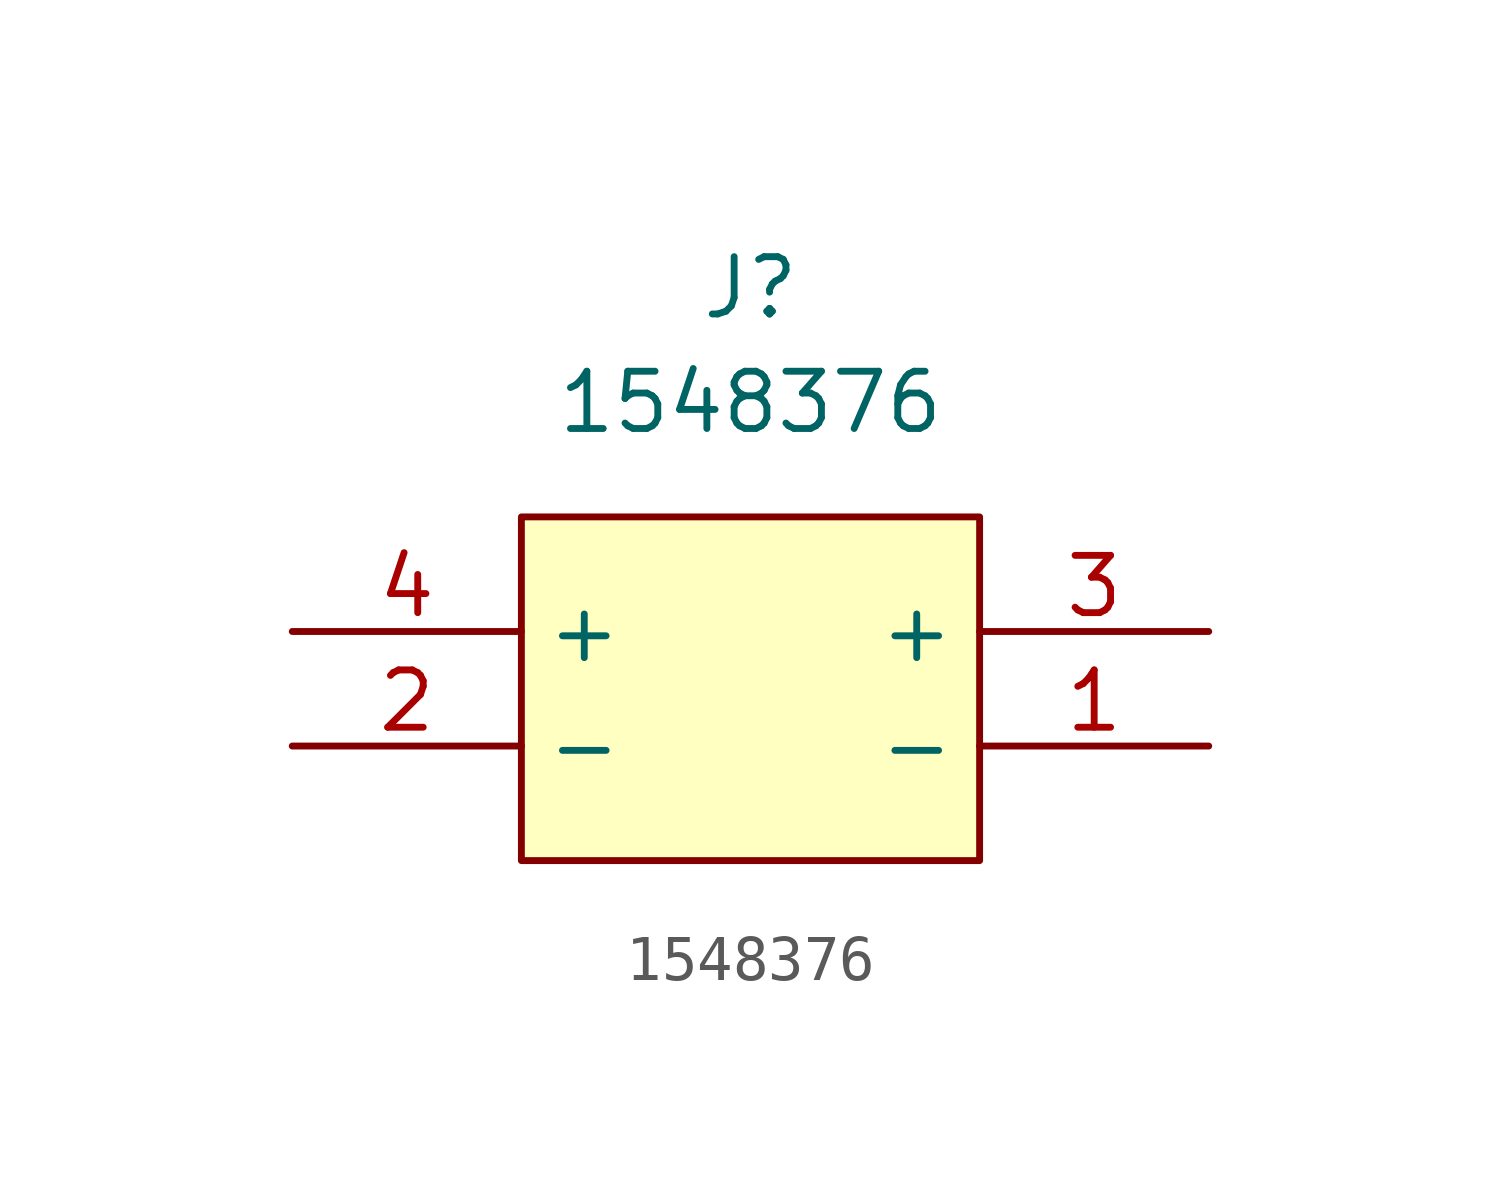
<source format=kicad_sym>
(kicad_symbol_lib
  (version 20241209)
  (generator "kicad_symbol_editor")
  (generator_version "9.0")
  (symbol "1548376"
    (property "Reference" "J"
      (at 0 5.08 0)
      (effects (font (size 1.27 1.27))))
    (property "Value" "1548376"
      (at 0 2.54 0)
      (effects (font (size 1.27 1.27))))
    (symbol "1548376_1_1"
      (rectangle (start -5.08 0) (end 5.08 -7.62) (stroke (width 0) (type solid)) (fill (type background)))
      (pin bidirectional line (at -10.16 -2.54 0) (length 5.08) (name "+" (effects (font (size 1.27 1.27)))) (number "4" (effects (font (size 1.27 1.27)))))
      (pin bidirectional line (at -10.16 -5.08 0) (length 5.08) (name "-" (effects (font (size 1.27 1.27)))) (number "2" (effects (font (size 1.27 1.27)))))
      (pin bidirectional line (at 10.16 -2.54 180) (length 5.08) (name "+" (effects (font (size 1.27 1.27)))) (number "3" (effects (font (size 1.27 1.27)))))
      (pin bidirectional line (at 10.16 -5.08 180) (length 5.08) (name "-" (effects (font (size 1.27 1.27)))) (number "1" (effects (font (size 1.27 1.27))))))))
</source>
